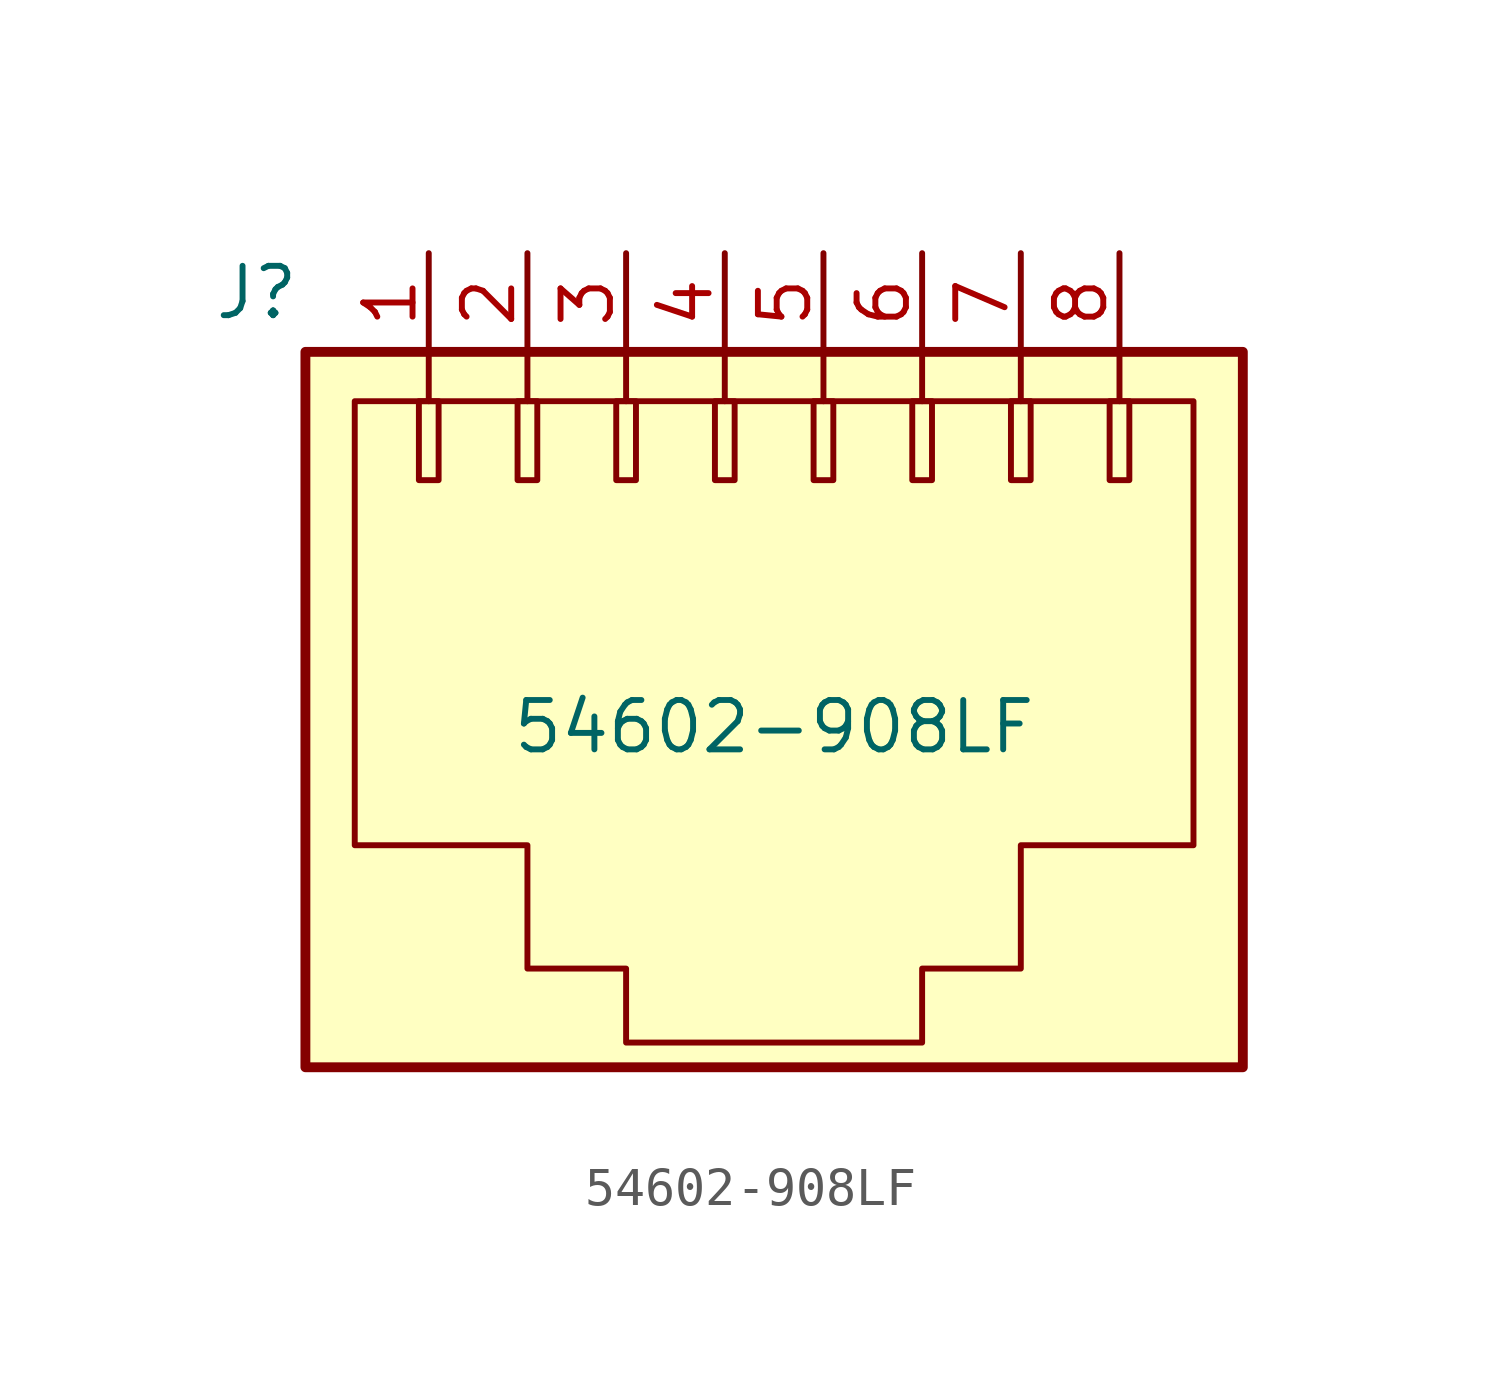
<source format=kicad_sym>
(kicad_symbol_lib
  (version 20231120)
  (generator "kicad_symbol_editor")
  (generator_version "8.0")
  (symbol "54602-908LF"
    (pin_names
      (offset 1.016))
    (property "Reference" "J"
      (at -10.922 9.144 0)
      (effects (font (size 1.27 1.27)) (justify right)))
    (property "Value" "54602-908LF"
      (at 1.27 -2.032 0)
      (effects (font (size 1.27 1.27))))
    (symbol "54602-908LF_0_1"
      (rectangle (start -10.795 7.62) (end 13.335 -10.795) (stroke (width 0.254) (type default)) (fill (type background)))
      (rectangle (start -7.874 6.35) (end -7.366 4.318) (stroke (width 0) (type default)) (fill (type none)))
      (rectangle (start -5.334 6.35) (end -4.826 4.318) (stroke (width 0) (type default)) (fill (type none)))
      (rectangle (start -2.794 6.35) (end -2.286 4.318) (stroke (width 0) (type default)) (fill (type none)))
      (rectangle (start -0.254 6.35) (end 0.254 4.318) (stroke (width 0) (type default)) (fill (type none)))
      (polyline (pts (xy -7.62 7.62) (xy -7.62 6.35)) (stroke (width 0) (type default)) (fill (type none)))
      (polyline (pts (xy -5.08 7.62) (xy -5.08 6.35)) (stroke (width 0) (type default)) (fill (type none)))
      (polyline (pts (xy -2.54 7.62) (xy -2.54 6.35)) (stroke (width 0) (type default)) (fill (type none)))
      (polyline (pts (xy 0 7.62) (xy 0 6.35)) (stroke (width 0) (type default)) (fill (type none)))
      (polyline (pts (xy 2.54 7.62) (xy 2.54 6.35)) (stroke (width 0) (type default)) (fill (type none)))
      (polyline (pts (xy 5.08 7.62) (xy 5.08 6.35)) (stroke (width 0) (type default)) (fill (type none)))
      (polyline (pts (xy 7.62 7.62) (xy 7.62 6.35)) (stroke (width 0) (type default)) (fill (type none)))
      (polyline (pts (xy 10.16 7.62) (xy 10.16 6.35)) (stroke (width 0) (type default)) (fill (type none)))
      (polyline (pts (xy -9.525 6.35) (xy 12.065 6.35) (xy 12.065 -5.08) (xy 7.62 -5.08) (xy 7.62 -8.255) (xy 5.08 -8.255) (xy 5.08 -10.16) (xy -2.54 -10.16) (xy -2.54 -8.255) (xy -5.08 -8.255) (xy -5.08 -5.08) (xy -9.525 -5.08) (xy -9.525 6.35)) (stroke (width 0) (type default)) (fill (type none)))
      (rectangle (start 2.286 6.35) (end 2.794 4.318) (stroke (width 0) (type default)) (fill (type none)))
      (rectangle (start 4.826 6.35) (end 5.334 4.318) (stroke (width 0) (type default)) (fill (type none)))
      (rectangle (start 7.366 6.35) (end 7.874 4.318) (stroke (width 0) (type default)) (fill (type none)))
      (rectangle (start 9.906 6.35) (end 10.414 4.318) (stroke (width 0) (type default)) (fill (type none))))
    (symbol "54602-908LF_1_1"
      (pin passive line (at -7.62 10.16 270) (length 2.54) (name "~" (effects (font (size 1.27 1.27)))) (number "1" (effects (font (size 1.27 1.27)))))
      (pin passive line (at -5.08 10.16 270) (length 2.54) (name "~" (effects (font (size 1.27 1.27)))) (number "2" (effects (font (size 1.27 1.27)))))
      (pin passive line (at -2.54 10.16 270) (length 2.54) (name "~" (effects (font (size 1.27 1.27)))) (number "3" (effects (font (size 1.27 1.27)))))
      (pin passive line (at 0 10.16 270) (length 2.54) (name "~" (effects (font (size 1.27 1.27)))) (number "4" (effects (font (size 1.27 1.27)))))
      (pin passive line (at 2.54 10.16 270) (length 2.54) (name "~" (effects (font (size 1.27 1.27)))) (number "5" (effects (font (size 1.27 1.27)))))
      (pin passive line (at 5.08 10.16 270) (length 2.54) (name "~" (effects (font (size 1.27 1.27)))) (number "6" (effects (font (size 1.27 1.27)))))
      (pin passive line (at 7.62 10.16 270) (length 2.54) (name "~" (effects (font (size 1.27 1.27)))) (number "7" (effects (font (size 1.27 1.27)))))
      (pin passive line (at 10.16 10.16 270) (length 2.54) (name "~" (effects (font (size 1.27 1.27)))) (number "8" (effects (font (size 1.27 1.27))))))))
</source>
